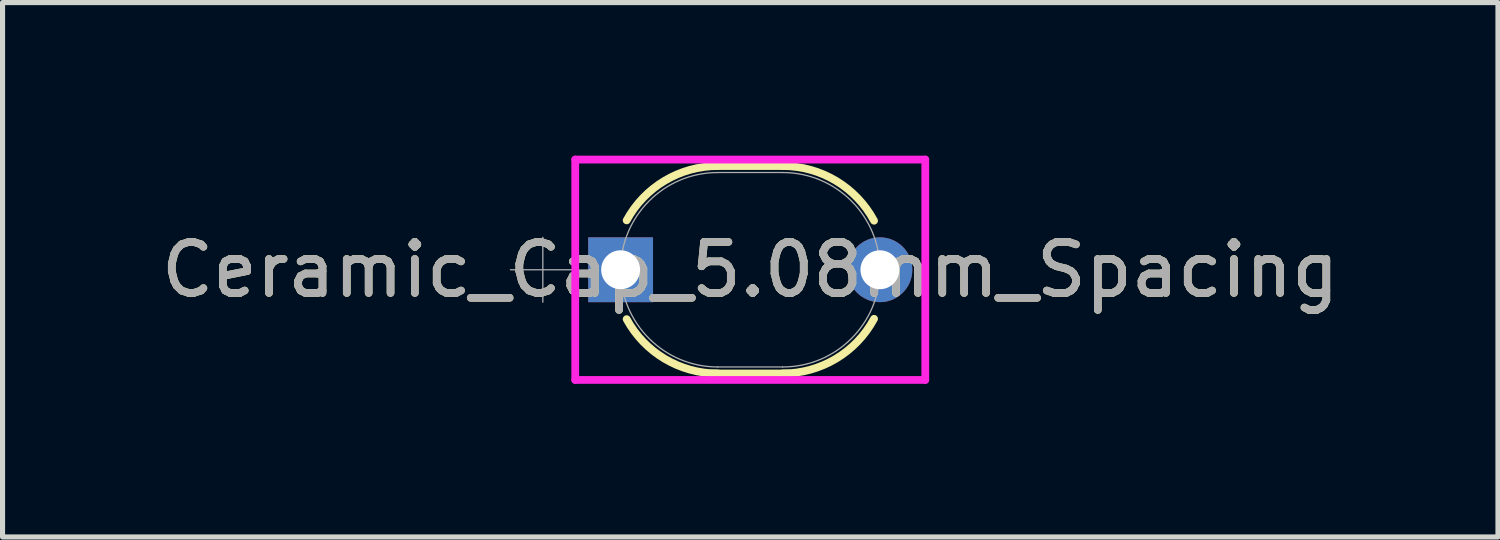
<source format=kicad_pcb>
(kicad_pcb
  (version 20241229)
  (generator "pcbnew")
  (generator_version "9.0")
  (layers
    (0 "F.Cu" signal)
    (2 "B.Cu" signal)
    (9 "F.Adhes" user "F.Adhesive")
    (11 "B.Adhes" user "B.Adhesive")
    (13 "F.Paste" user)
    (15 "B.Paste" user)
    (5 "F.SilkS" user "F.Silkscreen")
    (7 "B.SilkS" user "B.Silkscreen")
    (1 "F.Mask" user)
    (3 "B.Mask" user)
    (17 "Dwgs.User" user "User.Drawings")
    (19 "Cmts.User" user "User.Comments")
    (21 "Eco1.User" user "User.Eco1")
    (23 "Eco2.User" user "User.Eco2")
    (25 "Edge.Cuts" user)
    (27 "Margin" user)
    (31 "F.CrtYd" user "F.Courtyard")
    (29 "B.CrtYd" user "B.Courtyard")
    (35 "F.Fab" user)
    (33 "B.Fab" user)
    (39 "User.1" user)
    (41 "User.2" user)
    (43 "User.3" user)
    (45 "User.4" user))
  (footprint "Ceramic_Cap_5.08mm_Spacing"
    (layer "F.Cu")
    (at 9.109 2.235)
    (property "Reference" "Ceramic_Cap_5.08mm_Spacing" (at 2.54 0 0) (unlocked yes) (layer "F.SilkS") (effects (font (size 1 1) (thickness 0.15))))
    (attr through_hole)
    (fp_line (start 1.778 -2.032) (end 3.302 -2.032) (stroke (width 0.152) (type solid)) (layer "F.SilkS"))
    (fp_line (start 1.778 2.032) (end 3.302 2.032) (stroke (width 0.152) (type solid)) (layer "F.SilkS"))
    (fp_arc (start 0.118242 -0.96774) (mid 0.86515 -1.745777) (end 1.905 -2.032) (stroke (width 0.1524) (type solid)) (layer "F.SilkS"))
    (fp_arc (start 1.905003 2.032) (mid 0.865152 1.745778) (end 0.118243 0.967741) (stroke (width 0.1524) (type solid)) (layer "F.SilkS"))
    (fp_arc (start 3.175 -2.032) (mid 4.21817 -1.743795) (end 4.965427 -0.960934) (stroke (width 0.1524) (type solid)) (layer "F.SilkS"))
    (fp_arc (start 4.965427 0.960934) (mid 4.21817 1.743795) (end 3.175 2.032) (stroke (width 0.1524) (type solid)) (layer "F.SilkS"))
    (fp_line (start -0.889 -2.159) (end 5.969 -2.159) (stroke (width 0.152) (type solid)) (layer "F.CrtYd"))
    (fp_line (start -0.889 2.159) (end -0.889 -2.159) (stroke (width 0.152) (type solid)) (layer "F.CrtYd"))
    (fp_line (start 5.969 -2.159) (end 5.969 2.159) (stroke (width 0.152) (type solid)) (layer "F.CrtYd"))
    (fp_line (start 5.969 2.159) (end -0.889 2.159) (stroke (width 0.152) (type solid)) (layer "F.CrtYd"))
    (fp_line (start -2.159 0) (end -0.889 0) (stroke (width 0.025) (type solid)) (layer "F.Fab"))
    (fp_line (start -1.524 -0.635) (end -1.524 0.635) (stroke (width 0.025) (type solid)) (layer "F.Fab"))
    (fp_line (start 1.905 -1.905) (end 3.175 -1.905) (stroke (width 0.025) (type solid)) (layer "F.Fab"))
    (fp_line (start 1.905 1.905) (end 3.175 1.905) (stroke (width 0.025) (type solid)) (layer "F.Fab"))
    (fp_arc (start 1.905 1.905) (mid 0 0) (end 1.905 -1.905) (stroke (width 0.0254) (type solid)) (layer "F.Fab"))
    (fp_arc (start 3.175 -1.905) (mid 5.08 0) (end 3.175 1.905) (stroke (width 0.0254) (type solid)) (layer "F.Fab"))
    (fp_text user "${REFERENCE}" (at 2.54 0 0) (unlocked yes) (layer "F.Fab") (effects (font (size 1 1) (thickness 0.15))))
    (pad "1" thru_hole rect (at 0 0) (size 1.27 1.27) (drill 0.762) (layers "*.Cu" "*.Mask"))
    (pad "2" thru_hole circle (at 5.08 0) (size 1.27 1.27) (drill 0.762) (layers "*.Cu" "*.Mask")))
  (gr_rect
    (start -3 -3)
    (end 26.298 7.47)
    (stroke (width 0.1) (type default))
    (fill no)
    (layer "Edge.Cuts")))
</source>
